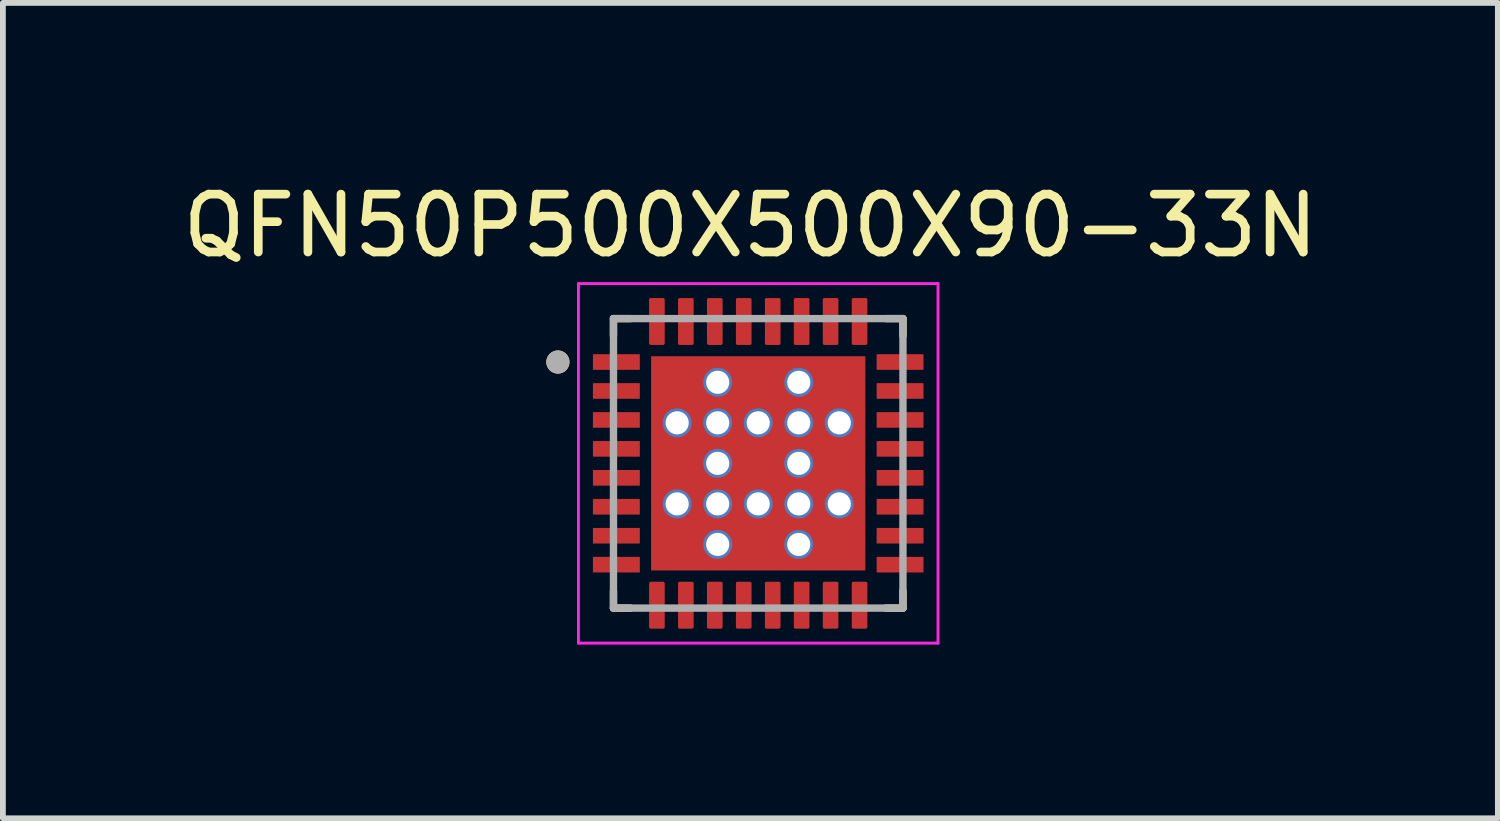
<source format=kicad_pcb>
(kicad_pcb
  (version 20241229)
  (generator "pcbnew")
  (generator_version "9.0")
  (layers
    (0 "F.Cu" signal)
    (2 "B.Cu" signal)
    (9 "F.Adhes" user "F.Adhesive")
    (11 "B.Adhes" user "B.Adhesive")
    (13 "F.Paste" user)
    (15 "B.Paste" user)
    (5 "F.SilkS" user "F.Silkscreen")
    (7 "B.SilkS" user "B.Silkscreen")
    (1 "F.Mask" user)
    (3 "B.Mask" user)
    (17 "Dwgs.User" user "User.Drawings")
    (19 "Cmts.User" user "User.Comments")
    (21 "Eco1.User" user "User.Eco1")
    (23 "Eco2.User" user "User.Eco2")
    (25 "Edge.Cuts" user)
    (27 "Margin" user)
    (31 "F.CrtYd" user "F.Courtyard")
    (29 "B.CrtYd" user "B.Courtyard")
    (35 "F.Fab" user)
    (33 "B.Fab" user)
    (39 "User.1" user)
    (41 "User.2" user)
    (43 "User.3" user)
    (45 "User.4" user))
  (footprint "QFN50P500X500X90-33N"
    (layer "F.Cu")
    (at 10.046 4.953)
    (property "Reference" "QFN50P500X500X90-33N" (at -0.135 -4.105 0) (layer "F.SilkS") (effects (font (size 1 1) (thickness 0.15))))
    (attr smd)
    (fp_line (start -2.5 -2.5) (end -2.5 -2.205) (stroke (width 0.127) (type solid)) (layer "F.SilkS"))
    (fp_line (start -2.5 -2.5) (end -2.205 -2.5) (stroke (width 0.127) (type solid)) (layer "F.SilkS"))
    (fp_line (start -2.5 2.5) (end -2.5 2.205) (stroke (width 0.127) (type solid)) (layer "F.SilkS"))
    (fp_line (start -2.5 2.5) (end -2.205 2.5) (stroke (width 0.127) (type solid)) (layer "F.SilkS"))
    (fp_line (start 2.5 -2.5) (end 2.205 -2.5) (stroke (width 0.127) (type solid)) (layer "F.SilkS"))
    (fp_line (start 2.5 -2.5) (end 2.5 -2.205) (stroke (width 0.127) (type solid)) (layer "F.SilkS"))
    (fp_line (start 2.5 2.5) (end 2.205 2.5) (stroke (width 0.127) (type solid)) (layer "F.SilkS"))
    (fp_line (start 2.5 2.5) (end 2.5 2.205) (stroke (width 0.127) (type solid)) (layer "F.SilkS"))
    (fp_circle (center -3.46 -1.75) (end -3.36 -1.75) (stroke (width 0.2) (type solid)) (fill no) (layer "F.SilkS"))
    (fp_poly (pts (xy -1.85 -1.85) (xy -0.95 -1.85) (xy -0.95 -0.95) (xy -1.85 -0.95)) (stroke (width 0.01) (type solid)) (fill yes) (layer "F.Paste"))
    (fp_poly (pts (xy -1.85 -0.45) (xy -0.95 -0.45) (xy -0.95 0.45) (xy -1.85 0.45)) (stroke (width 0.01) (type solid)) (fill yes) (layer "F.Paste"))
    (fp_poly (pts (xy -1.85 0.95) (xy -0.95 0.95) (xy -0.95 1.85) (xy -1.85 1.85)) (stroke (width 0.01) (type solid)) (fill yes) (layer "F.Paste"))
    (fp_poly (pts (xy -0.45 -1.85) (xy 0.45 -1.85) (xy 0.45 -0.95) (xy -0.45 -0.95)) (stroke (width 0.01) (type solid)) (fill yes) (layer "F.Paste"))
    (fp_poly (pts (xy -0.45 -0.45) (xy 0.45 -0.45) (xy 0.45 0.45) (xy -0.45 0.45)) (stroke (width 0.01) (type solid)) (fill yes) (layer "F.Paste"))
    (fp_poly (pts (xy -0.45 0.95) (xy 0.45 0.95) (xy 0.45 1.85) (xy -0.45 1.85)) (stroke (width 0.01) (type solid)) (fill yes) (layer "F.Paste"))
    (fp_poly (pts (xy 0.95 -1.85) (xy 1.85 -1.85) (xy 1.85 -0.95) (xy 0.95 -0.95)) (stroke (width 0.01) (type solid)) (fill yes) (layer "F.Paste"))
    (fp_poly (pts (xy 0.95 -0.45) (xy 1.85 -0.45) (xy 1.85 0.45) (xy 0.95 0.45)) (stroke (width 0.01) (type solid)) (fill yes) (layer "F.Paste"))
    (fp_poly (pts (xy 0.95 0.95) (xy 1.85 0.95) (xy 1.85 1.85) (xy 0.95 1.85)) (stroke (width 0.01) (type solid)) (fill yes) (layer "F.Paste"))
    (fp_line (start -3.105 -3.105) (end 3.105 -3.105) (stroke (width 0.05) (type solid)) (layer "F.CrtYd"))
    (fp_line (start -3.105 3.105) (end -3.105 -3.105) (stroke (width 0.05) (type solid)) (layer "F.CrtYd"))
    (fp_line (start -3.105 3.105) (end 3.105 3.105) (stroke (width 0.05) (type solid)) (layer "F.CrtYd"))
    (fp_line (start 3.105 3.105) (end 3.105 -3.105) (stroke (width 0.05) (type solid)) (layer "F.CrtYd"))
    (fp_line (start -2.5 2.5) (end -2.5 -2.5) (stroke (width 0.127) (type solid)) (layer "F.Fab"))
    (fp_line (start 2.5 -2.5) (end -2.5 -2.5) (stroke (width 0.127) (type solid)) (layer "F.Fab"))
    (fp_line (start 2.5 2.5) (end -2.5 2.5) (stroke (width 0.127) (type solid)) (layer "F.Fab"))
    (fp_line (start 2.5 2.5) (end 2.5 -2.5) (stroke (width 0.127) (type solid)) (layer "F.Fab"))
    (fp_circle (center -3.46 -1.75) (end -3.36 -1.75) (stroke (width 0.2) (type solid)) (fill no) (layer "F.Fab"))
    (pad "1" smd roundrect (at -2.45 -1.75) (size 0.81 0.27) (layers "F.Cu" "F.Mask" "F.Paste") (roundrect_rratio 0.03))
    (pad "2" smd roundrect (at -2.45 -1.25) (size 0.81 0.27) (layers "F.Cu" "F.Mask" "F.Paste") (roundrect_rratio 0.03))
    (pad "3" smd roundrect (at -2.45 -0.75) (size 0.81 0.27) (layers "F.Cu" "F.Mask" "F.Paste") (roundrect_rratio 0.03))
    (pad "4" smd roundrect (at -2.45 -0.25) (size 0.81 0.27) (layers "F.Cu" "F.Mask" "F.Paste") (roundrect_rratio 0.03))
    (pad "5" smd roundrect (at -2.45 0.25) (size 0.81 0.27) (layers "F.Cu" "F.Mask" "F.Paste") (roundrect_rratio 0.03))
    (pad "6" smd roundrect (at -2.45 0.75) (size 0.81 0.27) (layers "F.Cu" "F.Mask" "F.Paste") (roundrect_rratio 0.03))
    (pad "7" smd roundrect (at -2.45 1.25) (size 0.81 0.27) (layers "F.Cu" "F.Mask" "F.Paste") (roundrect_rratio 0.03))
    (pad "8" smd roundrect (at -2.45 1.75) (size 0.81 0.27) (layers "F.Cu" "F.Mask" "F.Paste") (roundrect_rratio 0.03))
    (pad "9" smd roundrect (at -1.75 2.45) (size 0.27 0.81) (layers "F.Cu" "F.Mask" "F.Paste") (roundrect_rratio 0.1))
    (pad "10" smd roundrect (at -1.25 2.45) (size 0.27 0.81) (layers "F.Cu" "F.Mask" "F.Paste") (roundrect_rratio 0.1))
    (pad "11" smd roundrect (at -0.75 2.45) (size 0.27 0.81) (layers "F.Cu" "F.Mask" "F.Paste") (roundrect_rratio 0.1))
    (pad "12" smd roundrect (at -0.25 2.45) (size 0.27 0.81) (layers "F.Cu" "F.Mask" "F.Paste") (roundrect_rratio 0.1))
    (pad "13" smd roundrect (at 0.25 2.45) (size 0.27 0.81) (layers "F.Cu" "F.Mask" "F.Paste") (roundrect_rratio 0.1))
    (pad "14" smd roundrect (at 0.75 2.45) (size 0.27 0.81) (layers "F.Cu" "F.Mask" "F.Paste") (roundrect_rratio 0.1))
    (pad "15" smd roundrect (at 1.25 2.45) (size 0.27 0.81) (layers "F.Cu" "F.Mask" "F.Paste") (roundrect_rratio 0.1))
    (pad "16" smd roundrect (at 1.75 2.45) (size 0.27 0.81) (layers "F.Cu" "F.Mask" "F.Paste") (roundrect_rratio 0.1))
    (pad "17" smd roundrect (at 2.45 1.75) (size 0.81 0.27) (layers "F.Cu" "F.Mask" "F.Paste") (roundrect_rratio 0.03))
    (pad "18" smd roundrect (at 2.45 1.25) (size 0.81 0.27) (layers "F.Cu" "F.Mask" "F.Paste") (roundrect_rratio 0.03))
    (pad "19" smd roundrect (at 2.45 0.75) (size 0.81 0.27) (layers "F.Cu" "F.Mask" "F.Paste") (roundrect_rratio 0.03))
    (pad "20" smd roundrect (at 2.45 0.25) (size 0.81 0.27) (layers "F.Cu" "F.Mask" "F.Paste") (roundrect_rratio 0.03))
    (pad "21" smd roundrect (at 2.45 -0.25) (size 0.81 0.27) (layers "F.Cu" "F.Mask" "F.Paste") (roundrect_rratio 0.03))
    (pad "22" smd roundrect (at 2.45 -0.75) (size 0.81 0.27) (layers "F.Cu" "F.Mask" "F.Paste") (roundrect_rratio 0.03))
    (pad "23" smd roundrect (at 2.45 -1.25) (size 0.81 0.27) (layers "F.Cu" "F.Mask" "F.Paste") (roundrect_rratio 0.03))
    (pad "24" smd roundrect (at 2.45 -1.75) (size 0.81 0.27) (layers "F.Cu" "F.Mask" "F.Paste") (roundrect_rratio 0.03))
    (pad "25" smd roundrect (at 1.75 -2.45) (size 0.27 0.81) (layers "F.Cu" "F.Mask" "F.Paste") (roundrect_rratio 0.1))
    (pad "26" smd roundrect (at 1.25 -2.45) (size 0.27 0.81) (layers "F.Cu" "F.Mask" "F.Paste") (roundrect_rratio 0.1))
    (pad "27" smd roundrect (at 0.75 -2.45) (size 0.27 0.81) (layers "F.Cu" "F.Mask" "F.Paste") (roundrect_rratio 0.1))
    (pad "28" smd roundrect (at 0.25 -2.45) (size 0.27 0.81) (layers "F.Cu" "F.Mask" "F.Paste") (roundrect_rratio 0.1))
    (pad "29" smd roundrect (at -0.25 -2.45) (size 0.27 0.81) (layers "F.Cu" "F.Mask" "F.Paste") (roundrect_rratio 0.1))
    (pad "30" smd roundrect (at -0.75 -2.45) (size 0.27 0.81) (layers "F.Cu" "F.Mask" "F.Paste") (roundrect_rratio 0.1))
    (pad "31" smd roundrect (at -1.25 -2.45) (size 0.27 0.81) (layers "F.Cu" "F.Mask" "F.Paste") (roundrect_rratio 0.1))
    (pad "32" smd roundrect (at -1.75 -2.45) (size 0.27 0.81) (layers "F.Cu" "F.Mask" "F.Paste") (roundrect_rratio 0.1))
    (pad "33" smd rect (at 0 0) (size 3.7 3.7) (layers "F.Cu" "F.Mask"))
    (pad "34" thru_hole circle (at -0.7 -1.4) (size 0.5 0.5) (drill 0.4) (layers "*.Cu"))
    (pad "35" thru_hole circle (at 0.7 -1.4) (size 0.5 0.5) (drill 0.4) (layers "*.Cu"))
    (pad "36" thru_hole circle (at -1.4 -0.7) (size 0.5 0.5) (drill 0.4) (layers "*.Cu"))
    (pad "37" thru_hole circle (at -0.7 -0.7) (size 0.5 0.5) (drill 0.4) (layers "*.Cu"))
    (pad "38" thru_hole circle (at 0 -0.7) (size 0.5 0.5) (drill 0.4) (layers "*.Cu"))
    (pad "39" thru_hole circle (at 0.7 -0.7) (size 0.5 0.5) (drill 0.4) (layers "*.Cu"))
    (pad "40" thru_hole circle (at 1.4 -0.7) (size 0.5 0.5) (drill 0.4) (layers "*.Cu"))
    (pad "41" thru_hole circle (at -0.7 0) (size 0.5 0.5) (drill 0.4) (layers "*.Cu"))
    (pad "42" thru_hole circle (at 0.7 0) (size 0.5 0.5) (drill 0.4) (layers "*.Cu"))
    (pad "43" thru_hole circle (at -1.4 0.7) (size 0.5 0.5) (drill 0.4) (layers "*.Cu"))
    (pad "44" thru_hole circle (at -0.7 0.7) (size 0.5 0.5) (drill 0.4) (layers "*.Cu"))
    (pad "45" thru_hole circle (at 0 0.7) (size 0.5 0.5) (drill 0.4) (layers "*.Cu"))
    (pad "46" thru_hole circle (at 0.7 0.7) (size 0.5 0.5) (drill 0.4) (layers "*.Cu"))
    (pad "47" thru_hole circle (at 1.4 0.7) (size 0.5 0.5) (drill 0.4) (layers "*.Cu"))
    (pad "48" thru_hole circle (at -0.7 1.4) (size 0.5 0.5) (drill 0.4) (layers "*.Cu"))
    (pad "49" thru_hole circle (at 0.7 1.4) (size 0.5 0.5) (drill 0.4) (layers "*.Cu")))
  (gr_rect
    (start -3 -3)
    (end 22.821 11.083)
    (stroke (width 0.1) (type default))
    (fill no)
    (layer "Edge.Cuts")))
</source>
